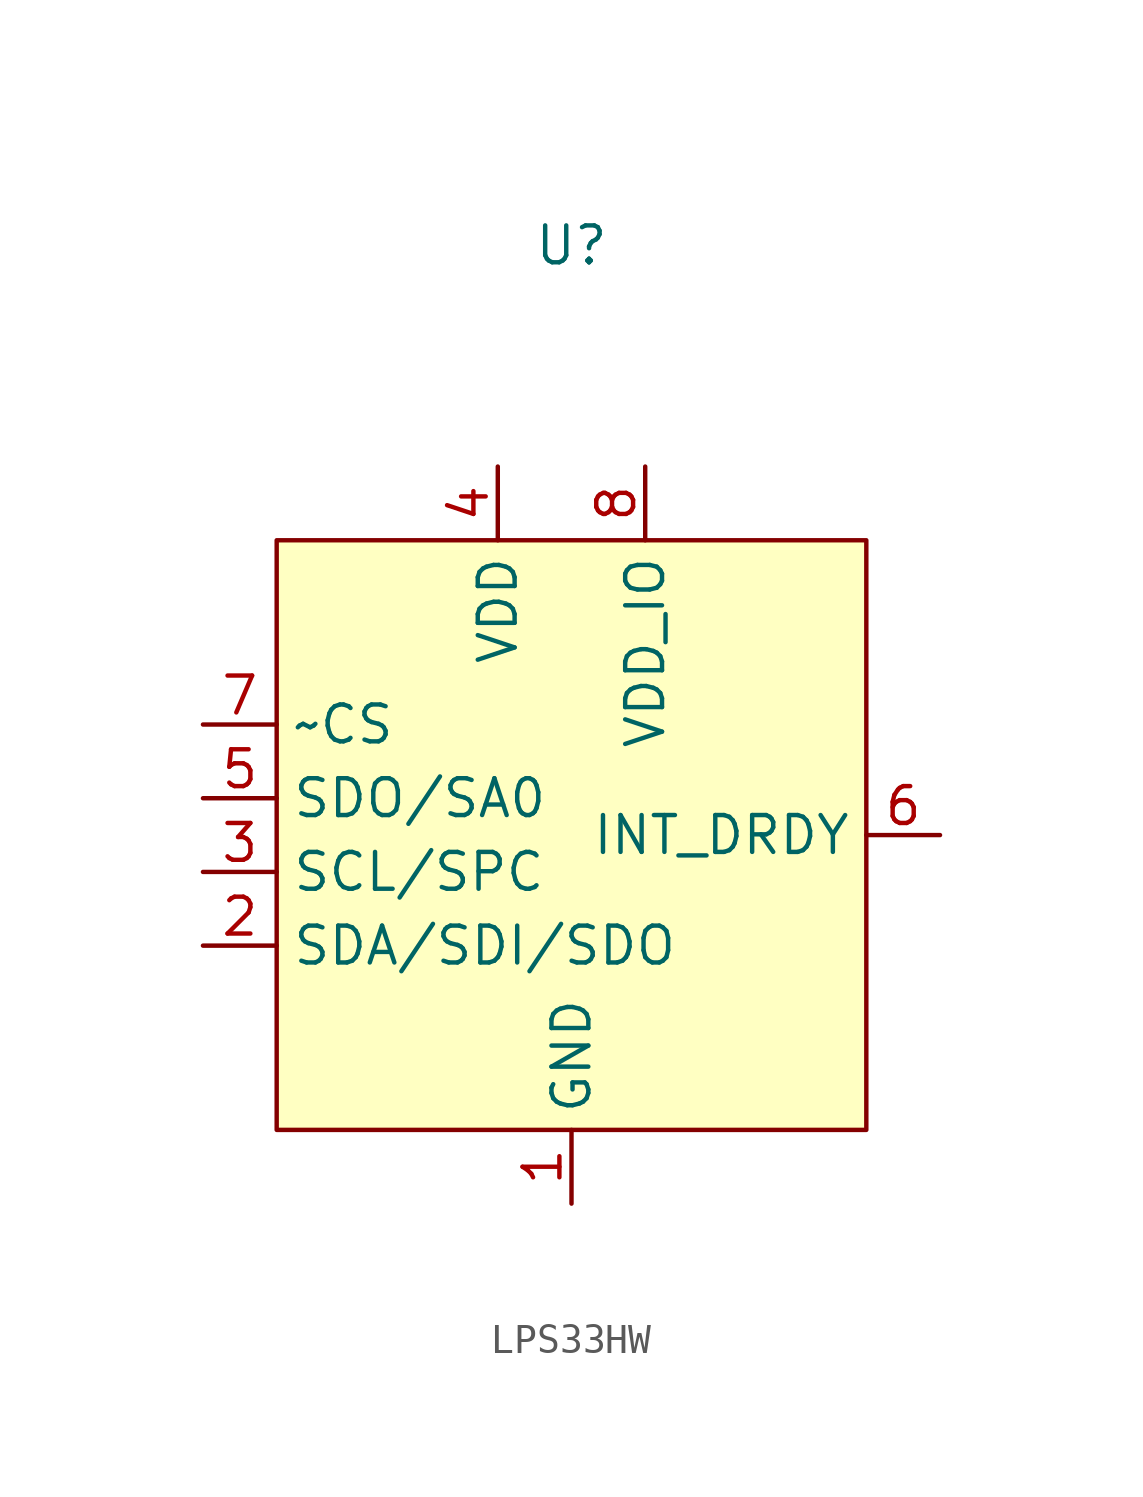
<source format=kicad_sym>
(kicad_symbol_lib
  (version 20220914)
  (generator kicad_symbol_editor)
  (symbol "LPS33HW"
    (property "Reference" "U"
      (at 10.16 10.16 0)
      (effects (font (size 1.27 1.27))))
    (property "Value" ""
      (at 5.08 6.35 0)
      (effects (font (size 1.27 1.27))))
    (symbol "LPS33HW_1_1"
      (rectangle (start 0 0) (end 20.32 -20.32) (stroke (width 0) (type default)) (fill (type background)))
      (pin power_in line (at 10.16 -22.86 90) (length 2.54) (name "GND" (effects (font (size 1.27 1.27)))) (number "1" (effects (font (size 1.27 1.27)))))
      (pin bidirectional line (at -2.54 -13.97 0) (length 2.54) (name "SDA/SDI/SDO" (effects (font (size 1.27 1.27)))) (number "2" (effects (font (size 1.27 1.27)))))
      (pin input line (at -2.54 -11.43 0) (length 2.54) (name "SCL/SPC" (effects (font (size 1.27 1.27)))) (number "3" (effects (font (size 1.27 1.27)))))
      (pin power_in line (at 7.62 2.54 270) (length 2.54) (name "VDD" (effects (font (size 1.27 1.27)))) (number "4" (effects (font (size 1.27 1.27)))))
      (pin input line (at -2.54 -8.89 0) (length 2.54) (name "SDO/SA0" (effects (font (size 1.27 1.27)))) (number "5" (effects (font (size 1.27 1.27)))))
      (pin input line (at 22.86 -10.16 180) (length 2.54) (name "INT_DRDY" (effects (font (size 1.27 1.27)))) (number "6" (effects (font (size 1.27 1.27)))))
      (pin input line (at -2.54 -6.35 0) (length 2.54) (name "~CS" (effects (font (size 1.27 1.27)))) (number "7" (effects (font (size 1.27 1.27)))))
      (pin power_in line (at 12.7 2.54 270) (length 2.54) (name "VDD_IO" (effects (font (size 1.27 1.27)))) (number "8" (effects (font (size 1.27 1.27))))))))
</source>
